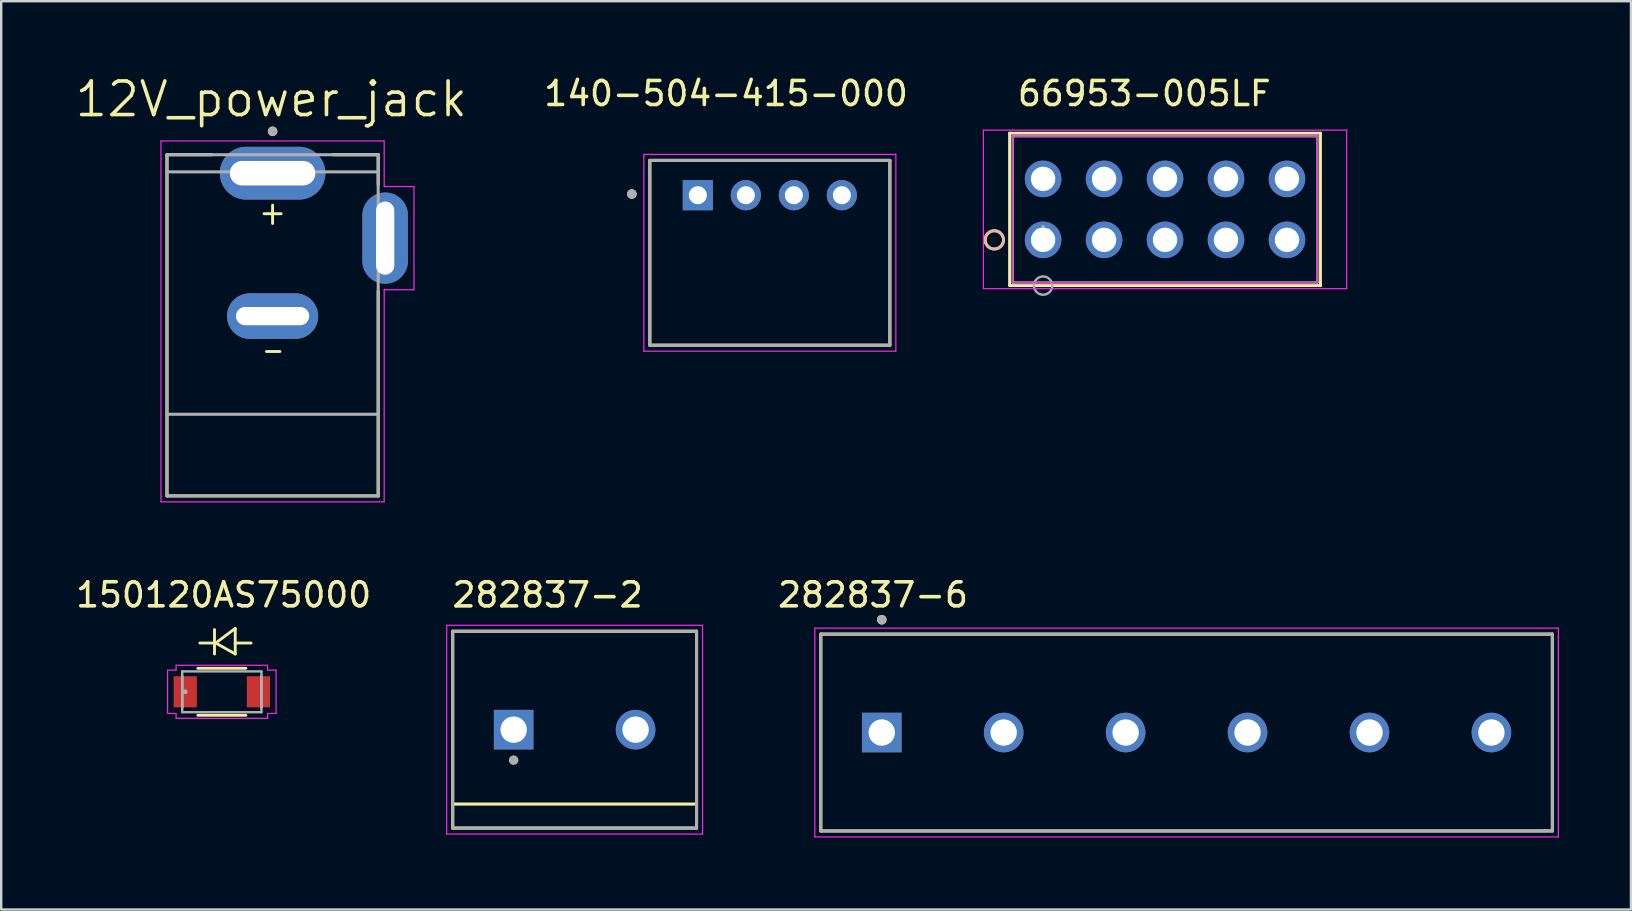
<source format=kicad_pcb>
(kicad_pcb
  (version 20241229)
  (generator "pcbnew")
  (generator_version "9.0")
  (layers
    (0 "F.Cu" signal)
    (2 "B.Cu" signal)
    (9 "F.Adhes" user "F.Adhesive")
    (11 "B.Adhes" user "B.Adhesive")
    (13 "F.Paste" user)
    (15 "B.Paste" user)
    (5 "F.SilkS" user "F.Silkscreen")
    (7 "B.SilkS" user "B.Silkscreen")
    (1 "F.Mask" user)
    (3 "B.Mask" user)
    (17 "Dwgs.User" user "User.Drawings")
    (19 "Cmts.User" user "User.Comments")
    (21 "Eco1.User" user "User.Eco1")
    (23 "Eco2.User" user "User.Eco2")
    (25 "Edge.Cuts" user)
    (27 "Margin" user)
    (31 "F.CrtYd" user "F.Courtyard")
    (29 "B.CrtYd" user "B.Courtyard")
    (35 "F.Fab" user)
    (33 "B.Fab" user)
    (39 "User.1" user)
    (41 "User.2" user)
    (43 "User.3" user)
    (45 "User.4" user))
  (footprint "282837-2"
    (layer "F.Cu")
    (at 20.891 27.351)
    (property "Reference" "282837-2" (at -1.127 -5.615 0) (layer "F.SilkS") (effects (font (size 1.002 1.002) (thickness 0.15))))
    (attr through_hole)
    (fp_line (start -5.08 -4.1) (end 5.08 -4.1) (stroke (width 0.127) (type solid)) (layer "F.SilkS"))
    (fp_line (start -5.08 3.1) (end -5.08 -4.1) (stroke (width 0.127) (type solid)) (layer "F.SilkS"))
    (fp_line (start -5.08 3.1) (end 5.08 3.1) (stroke (width 0.127) (type solid)) (layer "F.SilkS"))
    (fp_line (start -5.08 4.1) (end -5.08 3.1) (stroke (width 0.127) (type solid)) (layer "F.SilkS"))
    (fp_line (start 5.08 -4.1) (end 5.08 3.1) (stroke (width 0.127) (type solid)) (layer "F.SilkS"))
    (fp_line (start 5.08 3.1) (end 5.08 4.1) (stroke (width 0.127) (type solid)) (layer "F.SilkS"))
    (fp_line (start 5.08 4.1) (end -5.08 4.1) (stroke (width 0.127) (type solid)) (layer "F.SilkS"))
    (fp_line (start -5.33 -4.35) (end 5.33 -4.35) (stroke (width 0.05) (type solid)) (layer "F.CrtYd"))
    (fp_line (start -5.33 4.35) (end -5.33 -4.35) (stroke (width 0.05) (type solid)) (layer "F.CrtYd"))
    (fp_line (start 5.33 -4.35) (end 5.33 4.35) (stroke (width 0.05) (type solid)) (layer "F.CrtYd"))
    (fp_line (start 5.33 4.35) (end -5.33 4.35) (stroke (width 0.05) (type solid)) (layer "F.CrtYd"))
    (fp_line (start -5.08 -4.1) (end 5.08 -4.1) (stroke (width 0.127) (type solid)) (layer "F.Fab"))
    (fp_line (start -5.08 4.1) (end -5.08 -4.1) (stroke (width 0.127) (type solid)) (layer "F.Fab"))
    (fp_line (start 5.08 -4.1) (end 5.08 4.1) (stroke (width 0.127) (type solid)) (layer "F.Fab"))
    (fp_line (start 5.08 4.1) (end -5.08 4.1) (stroke (width 0.127) (type solid)) (layer "F.Fab"))
    (fp_circle (center -2.54 1.27) (end -2.44 1.27) (stroke (width 0.2) (type solid)) (fill no) (layer "F.Fab"))
    (pad "1" thru_hole rect (at -2.54 0) (size 1.65 1.65) (drill 1.1) (layers "*.Cu" "*.Mask"))
    (pad "2" thru_hole circle (at 2.54 0) (size 1.65 1.65) (drill 1.1) (layers "*.Cu" "*.Mask")))
  (footprint "12V_power_jack"
    (layer "F.Cu")
    (at 8.307 6.871)
    (property "Reference" "12V_power_jack" (at -0.055 -5.789 0) (layer "F.SilkS") (effects (font (size 1.4 1.4) (thickness 0.15))))
    (attr through_hole)
    (fp_line (start -4.4 -3.475) (end -4.4 10.74) (stroke (width 0.127) (type solid)) (layer "F.SilkS"))
    (fp_line (start -4.4 10.74) (end 4.4 10.74) (stroke (width 0.127) (type solid)) (layer "F.SilkS"))
    (fp_line (start -2.52 -3.475) (end -4.4 -3.475) (stroke (width 0.127) (type solid)) (layer "F.SilkS"))
    (fp_line (start -0.356 -1.016) (end 0.356 -1.016) (stroke (width 0.12) (type solid)) (layer "F.SilkS"))
    (fp_line (start -0.254 4.724) (end 0.305 4.724) (stroke (width 0.12) (type solid)) (layer "F.SilkS"))
    (fp_line (start 0 -1.372) (end 0 -0.61) (stroke (width 0.12) (type solid)) (layer "F.SilkS"))
    (fp_line (start 2.52 -3.475) (end 4.4 -3.475) (stroke (width 0.127) (type solid)) (layer "F.SilkS"))
    (fp_line (start 4.4 -3.475) (end 4.4 -2.22) (stroke (width 0.127) (type solid)) (layer "F.SilkS"))
    (fp_line (start 4.4 10.74) (end 4.4 2.22) (stroke (width 0.127) (type solid)) (layer "F.SilkS"))
    (fp_circle (center 0 -4.45) (end 0.1 -4.45) (stroke (width 0.2) (type solid)) (fill no) (layer "F.SilkS"))
    (fp_line (start -4.65 -4.05) (end -4.65 10.99) (stroke (width 0.05) (type solid)) (layer "F.CrtYd"))
    (fp_line (start -4.65 10.99) (end 4.65 10.99) (stroke (width 0.05) (type solid)) (layer "F.CrtYd"))
    (fp_line (start 4.65 -4.05) (end -4.65 -4.05) (stroke (width 0.05) (type solid)) (layer "F.CrtYd"))
    (fp_line (start 4.65 -4.05) (end 4.65 -2.15) (stroke (width 0.05) (type solid)) (layer "F.CrtYd"))
    (fp_line (start 4.65 -2.15) (end 5.89 -2.15) (stroke (width 0.05) (type solid)) (layer "F.CrtYd"))
    (fp_line (start 4.65 2.15) (end 4.65 10.99) (stroke (width 0.05) (type solid)) (layer "F.CrtYd"))
    (fp_line (start 5.89 -2.15) (end 5.89 2.15) (stroke (width 0.05) (type solid)) (layer "F.CrtYd"))
    (fp_line (start 5.89 2.15) (end 4.65 2.15) (stroke (width 0.05) (type solid)) (layer "F.CrtYd"))
    (fp_line (start -4.4 -3.475) (end -4.4 -2.76) (stroke (width 0.127) (type solid)) (layer "F.Fab"))
    (fp_line (start -4.4 -2.76) (end -4.4 7.34) (stroke (width 0.127) (type solid)) (layer "F.Fab"))
    (fp_line (start -4.4 -2.76) (end 4.4 -2.76) (stroke (width 0.127) (type solid)) (layer "F.Fab"))
    (fp_line (start -4.4 7.34) (end -4.4 10.74) (stroke (width 0.127) (type solid)) (layer "F.Fab"))
    (fp_line (start -4.4 7.34) (end 4.4 7.34) (stroke (width 0.127) (type solid)) (layer "F.Fab"))
    (fp_line (start -4.4 10.74) (end 4.4 10.74) (stroke (width 0.127) (type solid)) (layer "F.Fab"))
    (fp_line (start 4.4 -3.475) (end -4.4 -3.475) (stroke (width 0.127) (type solid)) (layer "F.Fab"))
    (fp_line (start 4.4 -2.76) (end 4.4 -3.475) (stroke (width 0.127) (type solid)) (layer "F.Fab"))
    (fp_line (start 4.4 7.34) (end 4.4 -2.76) (stroke (width 0.127) (type solid)) (layer "F.Fab"))
    (fp_line (start 4.4 10.74) (end 4.4 7.34) (stroke (width 0.127) (type solid)) (layer "F.Fab"))
    (fp_circle (center 0 -4.45) (end 0.1 -4.45) (stroke (width 0.2) (type solid)) (fill no) (layer "F.Fab"))
    (pad "1" thru_hole oval (at 0 -2.705) (size 4.4 2.2) (drill oval 3.56 1.02) (layers "*.Cu" "*.Mask"))
    (pad "2" thru_hole oval (at 0 3.25) (size 3.8 1.9) (drill oval 3.05 0.76) (layers "*.Cu" "*.Mask"))
    (pad "3" thru_hole oval (at 4.69 0) (size 1.9 3.8) (drill oval 0.76 3.05) (layers "*.Cu" "*.Mask")))
  (footprint "66953-005LF"
    (layer "F.Cu")
    (at 40.41 6.944)
    (property "Reference" "66953-005LF" (at 4.216 -6.096 0) (layer "F.SilkS") (effects (font (size 1 1) (thickness 0.15))))
    (attr through_hole)
    (fp_line (start -1.397 -4.445) (end -1.397 1.905) (stroke (width 0.12) (type solid)) (layer "F.SilkS"))
    (fp_line (start -1.397 1.905) (end 11.557 1.905) (stroke (width 0.12) (type solid)) (layer "F.SilkS"))
    (fp_line (start 11.557 -4.445) (end -1.397 -4.445) (stroke (width 0.12) (type solid)) (layer "F.SilkS"))
    (fp_line (start 11.557 1.905) (end 11.557 -4.445) (stroke (width 0.12) (type solid)) (layer "F.SilkS"))
    (fp_circle (center -2.032 0) (end -1.651 0) (stroke (width 0.12) (type solid)) (fill no) (layer "F.SilkS"))
    (fp_circle (center -2.032 0) (end -1.651 0) (stroke (width 0.12) (type solid)) (fill no) (layer "B.SilkS"))
    (fp_line (start -2.489 -4.572) (end -2.489 2.032) (stroke (width 0.05) (type solid)) (layer "F.CrtYd"))
    (fp_line (start -2.489 2.032) (end 12.649 2.032) (stroke (width 0.05) (type solid)) (layer "F.CrtYd"))
    (fp_line (start -1.27 -4.318) (end -1.27 1.778) (stroke (width 0.05) (type solid)) (layer "F.CrtYd"))
    (fp_line (start -1.27 1.778) (end 11.43 1.778) (stroke (width 0.05) (type solid)) (layer "F.CrtYd"))
    (fp_line (start 11.43 -4.318) (end -1.27 -4.318) (stroke (width 0.05) (type solid)) (layer "F.CrtYd"))
    (fp_line (start 11.43 1.778) (end 11.43 -4.318) (stroke (width 0.05) (type solid)) (layer "F.CrtYd"))
    (fp_line (start 12.649 -4.572) (end -2.489 -4.572) (stroke (width 0.05) (type solid)) (layer "F.CrtYd"))
    (fp_line (start 12.649 2.032) (end 12.649 -4.572) (stroke (width 0.05) (type solid)) (layer "F.CrtYd"))
    (fp_line (start -1.27 -4.318) (end -1.27 1.778) (stroke (width 0.1) (type solid)) (layer "F.Fab"))
    (fp_line (start -1.27 1.778) (end 11.43 1.778) (stroke (width 0.1) (type solid)) (layer "F.Fab"))
    (fp_line (start 11.43 -4.318) (end -1.27 -4.318) (stroke (width 0.1) (type solid)) (layer "F.Fab"))
    (fp_line (start 11.43 1.778) (end 11.43 -4.318) (stroke (width 0.1) (type solid)) (layer "F.Fab"))
    (fp_circle (center 0 1.905) (end 0.381 1.905) (stroke (width 0.1) (type solid)) (fill no) (layer "F.Fab"))
    (fp_text user "*" (at 0 0 0) (layer "F.Fab") (effects (font (size 1 1) (thickness 0.15))))
    (pad "A1" thru_hole circle (at 0 0) (size 1.524 1.524) (drill 1.016) (layers "*.Cu" "*.Mask"))
    (pad "A2" thru_hole circle (at 2.54 0) (size 1.524 1.524) (drill 1.016) (layers "*.Cu" "*.Mask"))
    (pad "A3" thru_hole circle (at 5.08 0) (size 1.524 1.524) (drill 1.016) (layers "*.Cu" "*.Mask"))
    (pad "A4" thru_hole circle (at 7.62 0) (size 1.524 1.524) (drill 1.016) (layers "*.Cu" "*.Mask"))
    (pad "A5" thru_hole circle (at 10.16 0) (size 1.524 1.524) (drill 1.016) (layers "*.Cu" "*.Mask"))
    (pad "B1" thru_hole circle (at 0 -2.54) (size 1.524 1.524) (drill 1.016) (layers "*.Cu" "*.Mask"))
    (pad "B2" thru_hole circle (at 2.54 -2.54) (size 1.524 1.524) (drill 1.016) (layers "*.Cu" "*.Mask"))
    (pad "B3" thru_hole circle (at 5.08 -2.54) (size 1.524 1.524) (drill 1.016) (layers "*.Cu" "*.Mask"))
    (pad "B4" thru_hole circle (at 7.62 -2.54) (size 1.524 1.524) (drill 1.016) (layers "*.Cu" "*.Mask"))
    (pad "B5" thru_hole circle (at 10.16 -2.54) (size 1.524 1.524) (drill 1.016) (layers "*.Cu" "*.Mask")))
  (footprint "150120AS75000"
    (layer "F.Cu")
    (at 6.192 25.773)
    (property "Reference" "150120AS75000" (at 0.076 -4.039 0) (layer "F.SilkS") (effects (font (size 1 1) (thickness 0.15))))
    (attr through_hole)
    (fp_line (start -1 0.978) (end 1 0.978) (stroke (width 0.12) (type solid)) (layer "F.SilkS"))
    (fp_line (start -0.305 -2.591) (end -0.305 -1.575) (stroke (width 0.12) (type solid)) (layer "F.SilkS"))
    (fp_line (start -0.254 -2.032) (end -0.914 -2.032) (stroke (width 0.12) (type solid)) (layer "F.SilkS"))
    (fp_line (start 0.559 -2.642) (end -0.254 -2.032) (stroke (width 0.12) (type solid)) (layer "F.SilkS"))
    (fp_line (start 0.559 -2.032) (end 0.559 -2.642) (stroke (width 0.12) (type solid)) (layer "F.SilkS"))
    (fp_line (start 0.559 -2.032) (end 0.559 -1.575) (stroke (width 0.12) (type solid)) (layer "F.SilkS"))
    (fp_line (start 0.559 -1.575) (end -0.254 -2.032) (stroke (width 0.12) (type solid)) (layer "F.SilkS"))
    (fp_line (start 1 -0.978) (end -1 -0.978) (stroke (width 0.12) (type solid)) (layer "F.SilkS"))
    (fp_line (start 1.219 -2.032) (end 0.559 -2.032) (stroke (width 0.12) (type solid)) (layer "F.SilkS"))
    (fp_line (start -2.261 -0.902) (end -1.905 -0.902) (stroke (width 0.05) (type solid)) (layer "F.CrtYd"))
    (fp_line (start -2.261 0.902) (end -2.261 -0.902) (stroke (width 0.05) (type solid)) (layer "F.CrtYd"))
    (fp_line (start -1.905 -1.105) (end 1.905 -1.105) (stroke (width 0.05) (type solid)) (layer "F.CrtYd"))
    (fp_line (start -1.905 -0.902) (end -1.905 -1.105) (stroke (width 0.05) (type solid)) (layer "F.CrtYd"))
    (fp_line (start -1.905 0.902) (end -2.261 0.902) (stroke (width 0.05) (type solid)) (layer "F.CrtYd"))
    (fp_line (start -1.905 1.105) (end -1.905 0.902) (stroke (width 0.05) (type solid)) (layer "F.CrtYd"))
    (fp_line (start 1.905 -1.105) (end 1.905 -0.902) (stroke (width 0.05) (type solid)) (layer "F.CrtYd"))
    (fp_line (start 1.905 -0.902) (end 2.261 -0.902) (stroke (width 0.05) (type solid)) (layer "F.CrtYd"))
    (fp_line (start 1.905 0.902) (end 1.905 1.105) (stroke (width 0.05) (type solid)) (layer "F.CrtYd"))
    (fp_line (start 1.905 1.105) (end -1.905 1.105) (stroke (width 0.05) (type solid)) (layer "F.CrtYd"))
    (fp_line (start 2.261 -0.902) (end 2.261 0.902) (stroke (width 0.05) (type solid)) (layer "F.CrtYd"))
    (fp_line (start 2.261 0.902) (end 1.905 0.902) (stroke (width 0.05) (type solid)) (layer "F.CrtYd"))
    (fp_line (start -1.651 -0.851) (end -1.651 0.851) (stroke (width 0.1) (type solid)) (layer "F.Fab"))
    (fp_line (start -1.651 -0.648) (end -1.651 -0.648) (stroke (width 0.1) (type solid)) (layer "F.Fab"))
    (fp_line (start -1.651 -0.648) (end -1.651 0.648) (stroke (width 0.1) (type solid)) (layer "F.Fab"))
    (fp_line (start -1.651 0.648) (end -1.651 -0.648) (stroke (width 0.1) (type solid)) (layer "F.Fab"))
    (fp_line (start -1.651 0.648) (end -1.651 0.648) (stroke (width 0.1) (type solid)) (layer "F.Fab"))
    (fp_line (start -1.651 0.851) (end 1.651 0.851) (stroke (width 0.1) (type solid)) (layer "F.Fab"))
    (fp_line (start 1.651 -0.851) (end -1.651 -0.851) (stroke (width 0.1) (type solid)) (layer "F.Fab"))
    (fp_line (start 1.651 -0.648) (end 1.651 -0.648) (stroke (width 0.1) (type solid)) (layer "F.Fab"))
    (fp_line (start 1.651 -0.648) (end 1.651 0.648) (stroke (width 0.1) (type solid)) (layer "F.Fab"))
    (fp_line (start 1.651 0.648) (end 1.651 -0.648) (stroke (width 0.1) (type solid)) (layer "F.Fab"))
    (fp_line (start 1.651 0.648) (end 1.651 0.648) (stroke (width 0.1) (type solid)) (layer "F.Fab"))
    (fp_line (start 1.651 0.851) (end 1.651 -0.851) (stroke (width 0.1) (type solid)) (layer "F.Fab"))
    (fp_circle (center -1.524 0) (end -1.524 0) (stroke (width 0.1) (type solid)) (fill no) (layer "F.Fab"))
    (fp_text user "Copyright 2021 Accelerated Designs. All rights reserved." (at 0 0 0) (layer "Cmts.User") (effects (font (size 0.127 0.127) (thickness 0.002))))
    (pad "1" smd rect (at -1.524 0) (size 0.965 1.295) (layers "F.Cu" "F.Mask" "F.Paste"))
    (pad "2" smd rect (at 1.524 0) (size 0.965 1.295) (layers "F.Cu" "F.Mask" "F.Paste")))
  (footprint "140-504-415-000"
    (layer "F.Cu")
    (at 29.025 7.483)
    (property "Reference" "140-504-415-000" (at -1.825 -6.635 0) (layer "F.SilkS") (effects (font (size 1 1) (thickness 0.15))))
    (attr through_hole)
    (fp_line (start -5 -3.85) (end 5 -3.85) (stroke (width 0.127) (type solid)) (layer "F.SilkS"))
    (fp_line (start -5 3.85) (end -5 -3.85) (stroke (width 0.127) (type solid)) (layer "F.SilkS"))
    (fp_line (start 5 -3.85) (end 5 3.85) (stroke (width 0.127) (type solid)) (layer "F.SilkS"))
    (fp_line (start 5 3.85) (end -5 3.85) (stroke (width 0.127) (type solid)) (layer "F.SilkS"))
    (fp_circle (center -5.75 -2.45) (end -5.65 -2.45) (stroke (width 0.2) (type solid)) (fill no) (layer "F.SilkS"))
    (fp_line (start -5.25 -4.1) (end -5.25 4.1) (stroke (width 0.05) (type solid)) (layer "F.CrtYd"))
    (fp_line (start -5.25 4.1) (end 5.25 4.1) (stroke (width 0.05) (type solid)) (layer "F.CrtYd"))
    (fp_line (start 5.25 -4.1) (end -5.25 -4.1) (stroke (width 0.05) (type solid)) (layer "F.CrtYd"))
    (fp_line (start 5.25 4.1) (end 5.25 -4.1) (stroke (width 0.05) (type solid)) (layer "F.CrtYd"))
    (fp_line (start -5 -3.85) (end 5 -3.85) (stroke (width 0.127) (type solid)) (layer "F.Fab"))
    (fp_line (start -5 3.85) (end -5 -3.85) (stroke (width 0.127) (type solid)) (layer "F.Fab"))
    (fp_line (start 5 -3.85) (end 5 3.85) (stroke (width 0.127) (type solid)) (layer "F.Fab"))
    (fp_line (start 5 3.85) (end -5 3.85) (stroke (width 0.127) (type solid)) (layer "F.Fab"))
    (fp_circle (center -5.75 -2.45) (end -5.65 -2.45) (stroke (width 0.2) (type solid)) (fill no) (layer "F.Fab"))
    (pad "1" thru_hole rect (at -3 -2.4) (size 1.258 1.258) (drill 0.75) (layers "*.Cu" "*.Mask"))
    (pad "2" thru_hole circle (at -1 -2.4) (size 1.258 1.258) (drill 0.75) (layers "*.Cu" "*.Mask"))
    (pad "3" thru_hole circle (at 1 -2.4) (size 1.258 1.258) (drill 0.75) (layers "*.Cu" "*.Mask"))
    (pad "4" thru_hole circle (at 3 -2.4) (size 1.258 1.258) (drill 0.75) (layers "*.Cu" "*.Mask")))
  (footprint "282837-6"
    (layer "F.Cu")
    (at 46.388 27.47)
    (property "Reference" "282837-6" (at -13.065 -5.735 0) (layer "F.SilkS") (effects (font (size 1 1) (thickness 0.15))))
    (attr through_hole)
    (fp_line (start -15.24 -4.1) (end 15.24 -4.1) (stroke (width 0.127) (type solid)) (layer "F.SilkS"))
    (fp_line (start -15.24 4.1) (end -15.24 -4.1) (stroke (width 0.127) (type solid)) (layer "F.SilkS"))
    (fp_line (start 15.24 -4.1) (end 15.24 4.1) (stroke (width 0.127) (type solid)) (layer "F.SilkS"))
    (fp_line (start 15.24 4.1) (end -15.24 4.1) (stroke (width 0.127) (type solid)) (layer "F.SilkS"))
    (fp_circle (center -12.7 -4.7) (end -12.6 -4.7) (stroke (width 0.2) (type solid)) (fill no) (layer "F.SilkS"))
    (fp_line (start -15.49 -4.35) (end 15.49 -4.35) (stroke (width 0.05) (type solid)) (layer "F.CrtYd"))
    (fp_line (start -15.49 4.35) (end -15.49 -4.35) (stroke (width 0.05) (type solid)) (layer "F.CrtYd"))
    (fp_line (start 15.49 -4.35) (end 15.49 4.35) (stroke (width 0.05) (type solid)) (layer "F.CrtYd"))
    (fp_line (start 15.49 4.35) (end -15.49 4.35) (stroke (width 0.05) (type solid)) (layer "F.CrtYd"))
    (fp_line (start -15.24 -4.1) (end 15.24 -4.1) (stroke (width 0.127) (type solid)) (layer "F.Fab"))
    (fp_line (start -15.24 4.1) (end -15.24 -4.1) (stroke (width 0.127) (type solid)) (layer "F.Fab"))
    (fp_line (start 15.24 -4.1) (end 15.24 4.1) (stroke (width 0.127) (type solid)) (layer "F.Fab"))
    (fp_line (start 15.24 4.1) (end -15.24 4.1) (stroke (width 0.127) (type solid)) (layer "F.Fab"))
    (fp_circle (center -12.7 -4.7) (end -12.6 -4.7) (stroke (width 0.2) (type solid)) (fill no) (layer "F.Fab"))
    (pad "1" thru_hole rect (at -12.7 0) (size 1.65 1.65) (drill 1.1) (layers "*.Cu" "*.Mask"))
    (pad "2" thru_hole circle (at -7.62 0) (size 1.65 1.65) (drill 1.1) (layers "*.Cu" "*.Mask"))
    (pad "3" thru_hole circle (at -2.54 0) (size 1.65 1.65) (drill 1.1) (layers "*.Cu" "*.Mask"))
    (pad "4" thru_hole circle (at 2.54 0) (size 1.65 1.65) (drill 1.1) (layers "*.Cu" "*.Mask"))
    (pad "5" thru_hole circle (at 7.62 0) (size 1.65 1.65) (drill 1.1) (layers "*.Cu" "*.Mask"))
    (pad "6" thru_hole circle (at 12.7 0) (size 1.65 1.65) (drill 1.1) (layers "*.Cu" "*.Mask")))
  (gr_rect
    (start -3 -3)
    (end 64.903 34.844)
    (stroke (width 0.1) (type default))
    (fill no)
    (layer "Edge.Cuts")))
</source>
